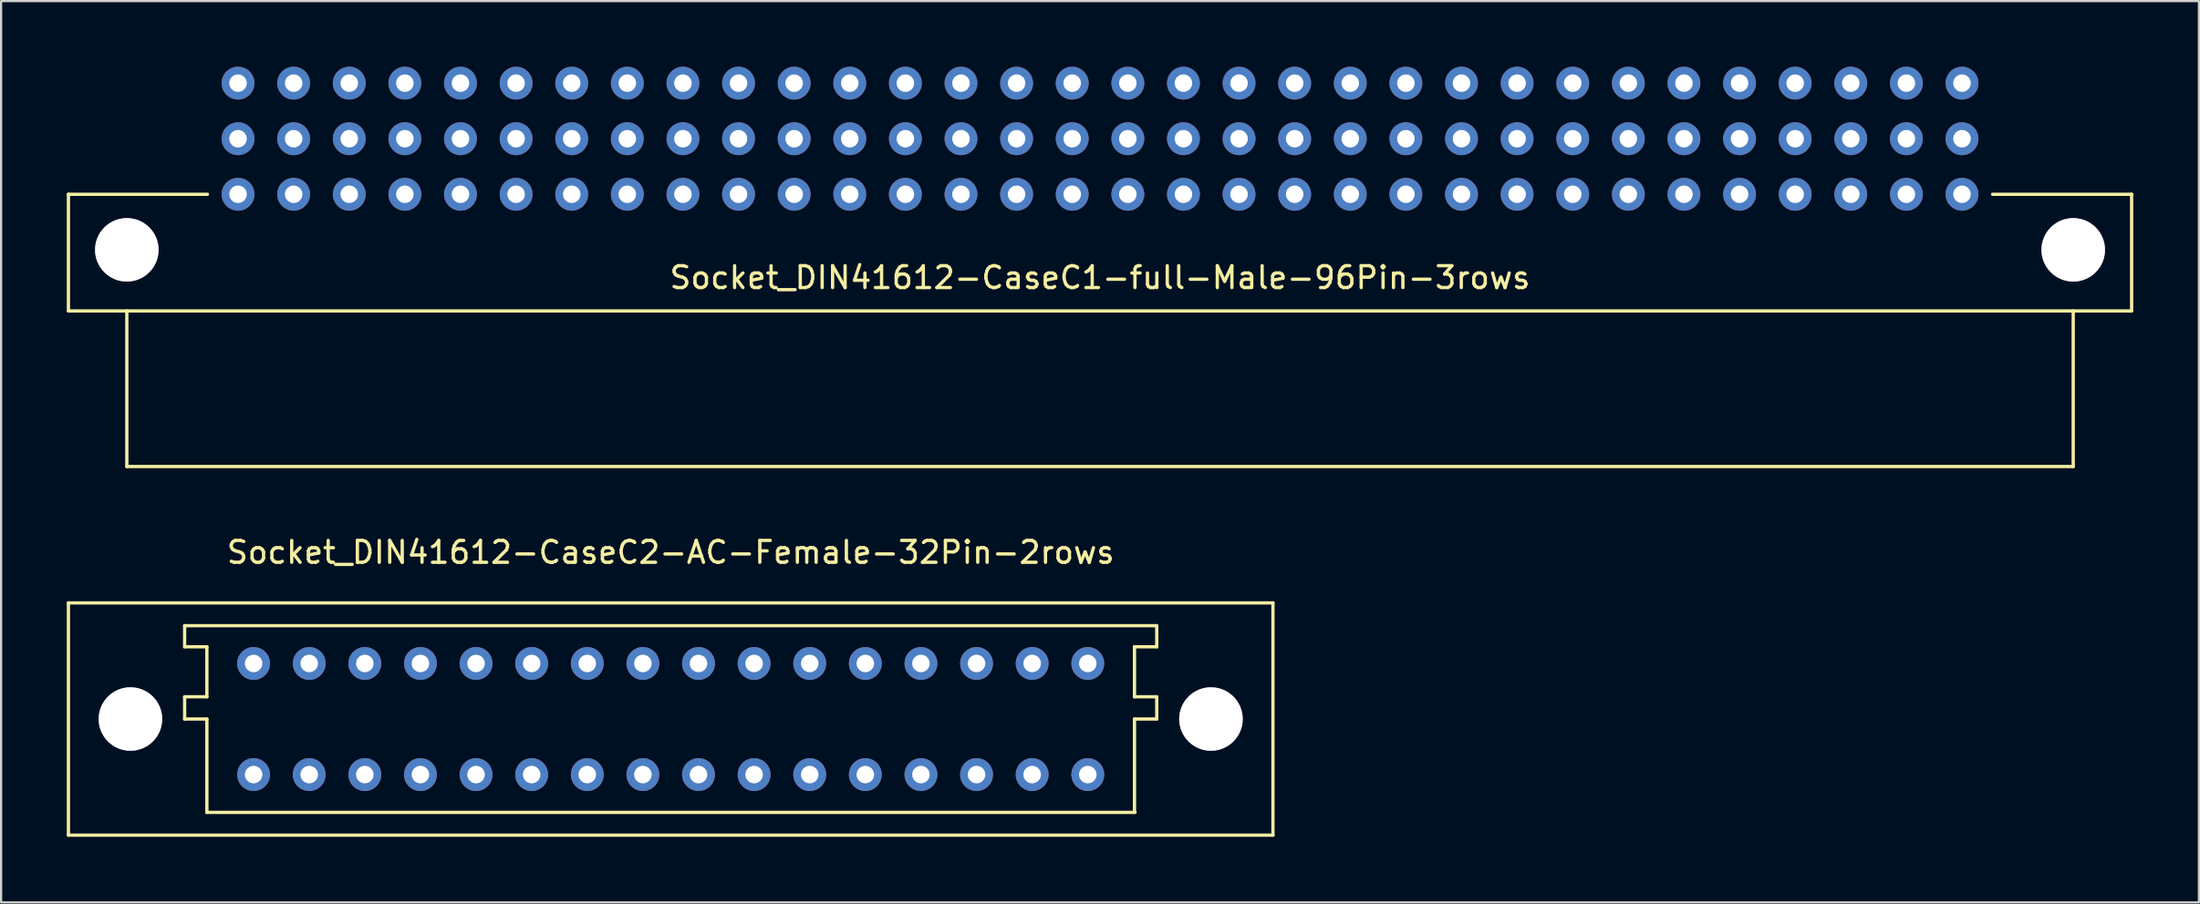
<source format=kicad_pcb>
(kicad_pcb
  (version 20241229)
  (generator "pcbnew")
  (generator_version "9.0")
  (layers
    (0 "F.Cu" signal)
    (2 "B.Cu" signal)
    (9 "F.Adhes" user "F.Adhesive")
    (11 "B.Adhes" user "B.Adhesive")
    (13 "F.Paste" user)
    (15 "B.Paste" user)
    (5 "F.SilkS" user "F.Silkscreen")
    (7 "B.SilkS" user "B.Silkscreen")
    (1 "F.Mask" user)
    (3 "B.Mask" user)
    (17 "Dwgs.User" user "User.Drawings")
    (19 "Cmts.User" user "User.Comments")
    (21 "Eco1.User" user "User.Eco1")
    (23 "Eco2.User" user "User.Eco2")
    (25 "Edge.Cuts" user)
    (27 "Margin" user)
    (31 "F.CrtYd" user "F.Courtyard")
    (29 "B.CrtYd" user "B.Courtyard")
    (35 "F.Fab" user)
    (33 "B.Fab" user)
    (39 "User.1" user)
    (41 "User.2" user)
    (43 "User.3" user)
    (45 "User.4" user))
  (footprint "Socket_DIN41612-CaseC2-AC-Female-32Pin-2rows"
    (layer "F.Cu")
    (at 27.583 29.82)
    (property "Reference" "Socket_DIN41612-CaseC2-AC-Female-32Pin-2rows" (at 0 -7.62 0) (layer "F.SilkS") (effects (font (size 1 1) (thickness 0.15))))
    (attr through_hole)
    (fp_line (start -27.508 -5.309) (end -27.508 5.309) (stroke (width 0.15) (type solid)) (layer "F.SilkS"))
    (fp_line (start -27.508 5.309) (end 27.508 5.309) (stroke (width 0.15) (type solid)) (layer "F.SilkS"))
    (fp_line (start -22.2 -3.302) (end -22.2 -4.267) (stroke (width 0.15) (type solid)) (layer "F.SilkS"))
    (fp_line (start -22.2 -1.016) (end -21.184 -1.016) (stroke (width 0.15) (type solid)) (layer "F.SilkS"))
    (fp_line (start -22.2 0) (end -22.2 -1.016) (stroke (width 0.15) (type solid)) (layer "F.SilkS"))
    (fp_line (start -21.184 -3.302) (end -22.2 -3.302) (stroke (width 0.15) (type solid)) (layer "F.SilkS"))
    (fp_line (start -21.184 -1.016) (end -21.184 -3.302) (stroke (width 0.15) (type solid)) (layer "F.SilkS"))
    (fp_line (start -21.184 0) (end -22.2 0) (stroke (width 0.15) (type solid)) (layer "F.SilkS"))
    (fp_line (start -21.184 4.267) (end -21.184 0) (stroke (width 0.15) (type solid)) (layer "F.SilkS"))
    (fp_line (start 21.184 -3.302) (end 22.2 -3.302) (stroke (width 0.15) (type solid)) (layer "F.SilkS"))
    (fp_line (start 21.184 -1.016) (end 21.184 -3.302) (stroke (width 0.15) (type solid)) (layer "F.SilkS"))
    (fp_line (start 21.184 0) (end 22.2 0) (stroke (width 0.15) (type solid)) (layer "F.SilkS"))
    (fp_line (start 21.184 4.267) (end 21.184 0) (stroke (width 0.15) (type solid)) (layer "F.SilkS"))
    (fp_line (start 21.209 4.267) (end -21.184 4.267) (stroke (width 0.15) (type solid)) (layer "F.SilkS"))
    (fp_line (start 22.2 -4.267) (end -22.2 -4.267) (stroke (width 0.15) (type solid)) (layer "F.SilkS"))
    (fp_line (start 22.2 -3.302) (end 22.2 -4.267) (stroke (width 0.15) (type solid)) (layer "F.SilkS"))
    (fp_line (start 22.2 -1.016) (end 21.184 -1.016) (stroke (width 0.15) (type solid)) (layer "F.SilkS"))
    (fp_line (start 22.2 0) (end 22.2 -1.016) (stroke (width 0.15) (type solid)) (layer "F.SilkS"))
    (fp_line (start 27.508 -5.309) (end -27.508 -5.309) (stroke (width 0.15) (type solid)) (layer "F.SilkS"))
    (fp_line (start 27.508 5.309) (end 27.508 -5.309) (stroke (width 0.15) (type solid)) (layer "F.SilkS"))
    (pad "1" thru_hole circle (at -24.676 0) (size 2.901 2.901) (drill 2.901) (layers "*.Cu" "*.Mask"))
    (pad "1" thru_hole circle (at 24.676 0) (size 2.901 2.901) (drill 2.901) (layers "*.Cu" "*.Mask"))
    (pad "1a" thru_hole circle (at 19.05 -2.54 180) (size 1.501 1.501) (drill 0.8) (layers "*.Cu" "*.Mask"))
    (pad "1c" thru_hole circle (at 19.05 2.54 180) (size 1.501 1.501) (drill 0.8) (layers "*.Cu" "*.Mask"))
    (pad "2a" thru_hole circle (at 16.51 -2.54 180) (size 1.501 1.501) (drill 0.8) (layers "*.Cu" "*.Mask"))
    (pad "2c" thru_hole circle (at 16.51 2.54 180) (size 1.501 1.501) (drill 0.8) (layers "*.Cu" "*.Mask"))
    (pad "3a" thru_hole circle (at 13.97 -2.54 180) (size 1.501 1.501) (drill 0.8) (layers "*.Cu" "*.Mask"))
    (pad "3c" thru_hole circle (at 13.97 2.54 180) (size 1.501 1.501) (drill 0.8) (layers "*.Cu" "*.Mask"))
    (pad "4a" thru_hole circle (at 11.43 -2.54 180) (size 1.501 1.501) (drill 0.8) (layers "*.Cu" "*.Mask"))
    (pad "4c" thru_hole circle (at 11.43 2.54 180) (size 1.501 1.501) (drill 0.8) (layers "*.Cu" "*.Mask"))
    (pad "5a" thru_hole circle (at 8.89 -2.54 180) (size 1.501 1.501) (drill 0.8) (layers "*.Cu" "*.Mask"))
    (pad "5c" thru_hole circle (at 8.89 2.54 180) (size 1.501 1.501) (drill 0.8) (layers "*.Cu" "*.Mask"))
    (pad "6a" thru_hole circle (at 6.35 -2.54 180) (size 1.501 1.501) (drill 0.8) (layers "*.Cu" "*.Mask"))
    (pad "6c" thru_hole circle (at 6.35 2.54 180) (size 1.501 1.501) (drill 0.8) (layers "*.Cu" "*.Mask"))
    (pad "7a" thru_hole circle (at 3.81 -2.54 180) (size 1.501 1.501) (drill 0.8) (layers "*.Cu" "*.Mask"))
    (pad "7c" thru_hole circle (at 3.81 2.54 180) (size 1.501 1.501) (drill 0.8) (layers "*.Cu" "*.Mask"))
    (pad "8a" thru_hole circle (at 1.27 -2.54 180) (size 1.501 1.501) (drill 0.8) (layers "*.Cu" "*.Mask"))
    (pad "8c" thru_hole circle (at 1.27 2.54 180) (size 1.501 1.501) (drill 0.8) (layers "*.Cu" "*.Mask"))
    (pad "9a" thru_hole circle (at -1.27 -2.54 180) (size 1.501 1.501) (drill 0.8) (layers "*.Cu" "*.Mask"))
    (pad "9c" thru_hole circle (at -1.27 2.54 180) (size 1.501 1.501) (drill 0.8) (layers "*.Cu" "*.Mask"))
    (pad "10a" thru_hole circle (at -3.81 -2.54 180) (size 1.501 1.501) (drill 0.8) (layers "*.Cu" "*.Mask"))
    (pad "10c" thru_hole circle (at -3.81 2.54 180) (size 1.501 1.501) (drill 0.8) (layers "*.Cu" "*.Mask"))
    (pad "11a" thru_hole circle (at -6.35 -2.54 180) (size 1.501 1.501) (drill 0.8) (layers "*.Cu" "*.Mask"))
    (pad "11c" thru_hole circle (at -6.35 2.54 180) (size 1.501 1.501) (drill 0.8) (layers "*.Cu" "*.Mask"))
    (pad "12a" thru_hole circle (at -8.89 -2.54 180) (size 1.501 1.501) (drill 0.8) (layers "*.Cu" "*.Mask"))
    (pad "12c" thru_hole circle (at -8.89 2.54 180) (size 1.501 1.501) (drill 0.8) (layers "*.Cu" "*.Mask"))
    (pad "13a" thru_hole circle (at -11.43 -2.54 180) (size 1.501 1.501) (drill 0.8) (layers "*.Cu" "*.Mask"))
    (pad "13c" thru_hole circle (at -11.43 2.54 180) (size 1.501 1.501) (drill 0.8) (layers "*.Cu" "*.Mask"))
    (pad "14a" thru_hole circle (at -13.97 -2.54 180) (size 1.501 1.501) (drill 0.8) (layers "*.Cu" "*.Mask"))
    (pad "14c" thru_hole circle (at -13.97 2.54 180) (size 1.501 1.501) (drill 0.8) (layers "*.Cu" "*.Mask"))
    (pad "15a" thru_hole circle (at -16.51 -2.54 180) (size 1.501 1.501) (drill 0.8) (layers "*.Cu" "*.Mask"))
    (pad "15c" thru_hole circle (at -16.51 2.54 180) (size 1.501 1.501) (drill 0.8) (layers "*.Cu" "*.Mask"))
    (pad "16a" thru_hole circle (at -19.05 -2.54 180) (size 1.501 1.501) (drill 0.8) (layers "*.Cu" "*.Mask"))
    (pad "16c" thru_hole circle (at -19.05 2.54 180) (size 1.501 1.501) (drill 0.8) (layers "*.Cu" "*.Mask")))
  (footprint "Socket_DIN41612-CaseC1-full-Male-96Pin-3rows"
    (layer "F.Cu")
    (at 47.192 3.291)
    (property "Reference" "Socket_DIN41612-CaseC1-full-Male-96Pin-3rows" (at 0 6.35 0) (layer "F.SilkS") (effects (font (size 1 1) (thickness 0.15))))
    (attr through_hole)
    (fp_line (start -47.117 2.54) (end -40.767 2.54) (stroke (width 0.15) (type solid)) (layer "F.SilkS"))
    (fp_line (start -47.117 7.874) (end -47.117 2.54) (stroke (width 0.15) (type solid)) (layer "F.SilkS"))
    (fp_line (start -44.45 14.986) (end -44.45 7.874) (stroke (width 0.15) (type solid)) (layer "F.SilkS"))
    (fp_line (start 44.45 7.874) (end 44.45 14.986) (stroke (width 0.15) (type solid)) (layer "F.SilkS"))
    (fp_line (start 44.45 14.986) (end -44.45 14.986) (stroke (width 0.15) (type solid)) (layer "F.SilkS"))
    (fp_line (start 47.117 2.54) (end 40.767 2.54) (stroke (width 0.15) (type solid)) (layer "F.SilkS"))
    (fp_line (start 47.117 2.54) (end 47.117 7.874) (stroke (width 0.15) (type solid)) (layer "F.SilkS"))
    (fp_line (start 47.117 7.874) (end -47.117 7.874) (stroke (width 0.15) (type solid)) (layer "F.SilkS"))
    (pad "1" thru_hole circle (at -44.45 5.08) (size 2.901 2.901) (drill 2.901) (layers "*.Cu" "*.Mask"))
    (pad "1" thru_hole circle (at 44.45 5.08) (size 2.901 2.901) (drill 2.901) (layers "*.Cu" "*.Mask"))
    (pad "1a" thru_hole circle (at 39.37 -2.54 180) (size 1.501 1.501) (drill 0.8) (layers "*.Cu" "*.Mask"))
    (pad "1b" thru_hole circle (at 39.37 0 180) (size 1.501 1.501) (drill 0.8) (layers "*.Cu" "*.Mask"))
    (pad "1c" thru_hole circle (at 39.37 2.54 180) (size 1.501 1.501) (drill 0.8) (layers "*.Cu" "*.Mask"))
    (pad "2a" thru_hole circle (at 36.83 -2.54 180) (size 1.501 1.501) (drill 0.8) (layers "*.Cu" "*.Mask"))
    (pad "2b" thru_hole circle (at 36.83 0 180) (size 1.501 1.501) (drill 0.8) (layers "*.Cu" "*.Mask"))
    (pad "2c" thru_hole circle (at 36.83 2.54 180) (size 1.501 1.501) (drill 0.8) (layers "*.Cu" "*.Mask"))
    (pad "3a" thru_hole circle (at 34.29 -2.54 180) (size 1.501 1.501) (drill 0.8) (layers "*.Cu" "*.Mask"))
    (pad "3b" thru_hole circle (at 34.29 0 180) (size 1.501 1.501) (drill 0.8) (layers "*.Cu" "*.Mask"))
    (pad "3c" thru_hole circle (at 34.29 2.54 180) (size 1.501 1.501) (drill 0.8) (layers "*.Cu" "*.Mask"))
    (pad "4a" thru_hole circle (at 31.75 -2.54 180) (size 1.501 1.501) (drill 0.8) (layers "*.Cu" "*.Mask"))
    (pad "4b" thru_hole circle (at 31.75 0 180) (size 1.501 1.501) (drill 0.8) (layers "*.Cu" "*.Mask"))
    (pad "4c" thru_hole circle (at 31.75 2.54 180) (size 1.501 1.501) (drill 0.8) (layers "*.Cu" "*.Mask"))
    (pad "5a" thru_hole circle (at 29.21 -2.54 180) (size 1.501 1.501) (drill 0.8) (layers "*.Cu" "*.Mask"))
    (pad "5b" thru_hole circle (at 29.21 0 180) (size 1.501 1.501) (drill 0.8) (layers "*.Cu" "*.Mask"))
    (pad "5c" thru_hole circle (at 29.21 2.54 180) (size 1.501 1.501) (drill 0.8) (layers "*.Cu" "*.Mask"))
    (pad "6a" thru_hole circle (at 26.67 -2.54 180) (size 1.501 1.501) (drill 0.8) (layers "*.Cu" "*.Mask"))
    (pad "6b" thru_hole circle (at 26.67 0 180) (size 1.501 1.501) (drill 0.8) (layers "*.Cu" "*.Mask"))
    (pad "6c" thru_hole circle (at 26.67 2.54 180) (size 1.501 1.501) (drill 0.8) (layers "*.Cu" "*.Mask"))
    (pad "7a" thru_hole circle (at 24.13 -2.54 180) (size 1.501 1.501) (drill 0.8) (layers "*.Cu" "*.Mask"))
    (pad "7b" thru_hole circle (at 24.13 0 180) (size 1.501 1.501) (drill 0.8) (layers "*.Cu" "*.Mask"))
    (pad "7c" thru_hole circle (at 24.13 2.54 180) (size 1.501 1.501) (drill 0.8) (layers "*.Cu" "*.Mask"))
    (pad "8a" thru_hole circle (at 21.59 -2.54 180) (size 1.501 1.501) (drill 0.8) (layers "*.Cu" "*.Mask"))
    (pad "8b" thru_hole circle (at 21.59 0 180) (size 1.501 1.501) (drill 0.8) (layers "*.Cu" "*.Mask"))
    (pad "8c" thru_hole circle (at 21.59 2.54 180) (size 1.501 1.501) (drill 0.8) (layers "*.Cu" "*.Mask"))
    (pad "9a" thru_hole circle (at 19.05 -2.54 180) (size 1.501 1.501) (drill 0.8) (layers "*.Cu" "*.Mask"))
    (pad "9b" thru_hole circle (at 19.05 0 180) (size 1.501 1.501) (drill 0.8) (layers "*.Cu" "*.Mask"))
    (pad "9c" thru_hole circle (at 19.05 2.54 180) (size 1.501 1.501) (drill 0.8) (layers "*.Cu" "*.Mask"))
    (pad "10a" thru_hole circle (at 16.51 -2.54 180) (size 1.501 1.501) (drill 0.8) (layers "*.Cu" "*.Mask"))
    (pad "10b" thru_hole circle (at 16.51 0 180) (size 1.501 1.501) (drill 0.8) (layers "*.Cu" "*.Mask"))
    (pad "10c" thru_hole circle (at 16.51 2.54 180) (size 1.501 1.501) (drill 0.8) (layers "*.Cu" "*.Mask"))
    (pad "11a" thru_hole circle (at 13.97 -2.54 180) (size 1.501 1.501) (drill 0.8) (layers "*.Cu" "*.Mask"))
    (pad "11b" thru_hole circle (at 13.97 0 180) (size 1.501 1.501) (drill 0.8) (layers "*.Cu" "*.Mask"))
    (pad "11c" thru_hole circle (at 13.97 2.54 180) (size 1.501 1.501) (drill 0.8) (layers "*.Cu" "*.Mask"))
    (pad "12a" thru_hole circle (at 11.43 -2.54 180) (size 1.501 1.501) (drill 0.8) (layers "*.Cu" "*.Mask"))
    (pad "12b" thru_hole circle (at 11.43 0 180) (size 1.501 1.501) (drill 0.8) (layers "*.Cu" "*.Mask"))
    (pad "12c" thru_hole circle (at 11.43 2.54 180) (size 1.501 1.501) (drill 0.8) (layers "*.Cu" "*.Mask"))
    (pad "13a" thru_hole circle (at 8.89 -2.54 180) (size 1.501 1.501) (drill 0.8) (layers "*.Cu" "*.Mask"))
    (pad "13b" thru_hole circle (at 8.89 0 180) (size 1.501 1.501) (drill 0.8) (layers "*.Cu" "*.Mask"))
    (pad "13c" thru_hole circle (at 8.89 2.54 180) (size 1.501 1.501) (drill 0.8) (layers "*.Cu" "*.Mask"))
    (pad "14a" thru_hole circle (at 6.35 -2.54 180) (size 1.501 1.501) (drill 0.8) (layers "*.Cu" "*.Mask"))
    (pad "14b" thru_hole circle (at 6.35 0 180) (size 1.501 1.501) (drill 0.8) (layers "*.Cu" "*.Mask"))
    (pad "14c" thru_hole circle (at 6.35 2.54 180) (size 1.501 1.501) (drill 0.8) (layers "*.Cu" "*.Mask"))
    (pad "15a" thru_hole circle (at 3.81 -2.54 180) (size 1.501 1.501) (drill 0.8) (layers "*.Cu" "*.Mask"))
    (pad "15b" thru_hole circle (at 3.81 0 180) (size 1.501 1.501) (drill 0.8) (layers "*.Cu" "*.Mask"))
    (pad "15c" thru_hole circle (at 3.81 2.54 180) (size 1.501 1.501) (drill 0.8) (layers "*.Cu" "*.Mask"))
    (pad "16a" thru_hole circle (at 1.27 -2.54 180) (size 1.501 1.501) (drill 0.8) (layers "*.Cu" "*.Mask"))
    (pad "16b" thru_hole circle (at 1.27 0 180) (size 1.501 1.501) (drill 0.8) (layers "*.Cu" "*.Mask"))
    (pad "16c" thru_hole circle (at 1.27 2.54 180) (size 1.501 1.501) (drill 0.8) (layers "*.Cu" "*.Mask"))
    (pad "17a" thru_hole circle (at -1.27 -2.54 180) (size 1.501 1.501) (drill 0.8) (layers "*.Cu" "*.Mask"))
    (pad "17b" thru_hole circle (at -1.27 0 180) (size 1.501 1.501) (drill 0.8) (layers "*.Cu" "*.Mask"))
    (pad "17c" thru_hole circle (at -1.27 2.54 180) (size 1.501 1.501) (drill 0.8) (layers "*.Cu" "*.Mask"))
    (pad "18a" thru_hole circle (at -3.81 -2.54 180) (size 1.501 1.501) (drill 0.8) (layers "*.Cu" "*.Mask"))
    (pad "18b" thru_hole circle (at -3.81 0 180) (size 1.501 1.501) (drill 0.8) (layers "*.Cu" "*.Mask"))
    (pad "18c" thru_hole circle (at -3.81 2.54 180) (size 1.501 1.501) (drill 0.8) (layers "*.Cu" "*.Mask"))
    (pad "19a" thru_hole circle (at -6.35 -2.54 180) (size 1.501 1.501) (drill 0.8) (layers "*.Cu" "*.Mask"))
    (pad "19b" thru_hole circle (at -6.35 0 180) (size 1.501 1.501) (drill 0.8) (layers "*.Cu" "*.Mask"))
    (pad "19c" thru_hole circle (at -6.35 2.54 180) (size 1.501 1.501) (drill 0.8) (layers "*.Cu" "*.Mask"))
    (pad "20a" thru_hole circle (at -8.89 -2.54 180) (size 1.501 1.501) (drill 0.8) (layers "*.Cu" "*.Mask"))
    (pad "20b" thru_hole circle (at -8.89 0 180) (size 1.501 1.501) (drill 0.8) (layers "*.Cu" "*.Mask"))
    (pad "20c" thru_hole circle (at -8.89 2.54 180) (size 1.501 1.501) (drill 0.8) (layers "*.Cu" "*.Mask"))
    (pad "21a" thru_hole circle (at -11.43 -2.54 180) (size 1.501 1.501) (drill 0.8) (layers "*.Cu" "*.Mask"))
    (pad "21b" thru_hole circle (at -11.43 0 180) (size 1.501 1.501) (drill 0.8) (layers "*.Cu" "*.Mask"))
    (pad "21c" thru_hole circle (at -11.43 2.54 180) (size 1.501 1.501) (drill 0.8) (layers "*.Cu" "*.Mask"))
    (pad "22a" thru_hole circle (at -13.97 -2.54 180) (size 1.501 1.501) (drill 0.8) (layers "*.Cu" "*.Mask"))
    (pad "22b" thru_hole circle (at -13.97 0 180) (size 1.501 1.501) (drill 0.8) (layers "*.Cu" "*.Mask"))
    (pad "22c" thru_hole circle (at -13.97 2.54 180) (size 1.501 1.501) (drill 0.8) (layers "*.Cu" "*.Mask"))
    (pad "23a" thru_hole circle (at -16.51 -2.54 180) (size 1.501 1.501) (drill 0.8) (layers "*.Cu" "*.Mask"))
    (pad "23b" thru_hole circle (at -16.51 0 180) (size 1.501 1.501) (drill 0.8) (layers "*.Cu" "*.Mask"))
    (pad "23c" thru_hole circle (at -16.51 2.54 180) (size 1.501 1.501) (drill 0.8) (layers "*.Cu" "*.Mask"))
    (pad "24" thru_hole circle (at -19.05 -2.54 180) (size 1.501 1.501) (drill 0.8) (layers "*.Cu" "*.Mask"))
    (pad "24b" thru_hole circle (at -19.05 0 180) (size 1.501 1.501) (drill 0.8) (layers "*.Cu" "*.Mask"))
    (pad "24c" thru_hole circle (at -19.05 2.54 180) (size 1.501 1.501) (drill 0.8) (layers "*.Cu" "*.Mask"))
    (pad "25a" thru_hole circle (at -21.59 -2.54 180) (size 1.501 1.501) (drill 0.8) (layers "*.Cu" "*.Mask"))
    (pad "25b" thru_hole circle (at -21.59 0 180) (size 1.501 1.501) (drill 0.8) (layers "*.Cu" "*.Mask"))
    (pad "25c" thru_hole circle (at -21.59 2.54 180) (size 1.501 1.501) (drill 0.8) (layers "*.Cu" "*.Mask"))
    (pad "26a" thru_hole circle (at -24.13 -2.54 180) (size 1.501 1.501) (drill 0.8) (layers "*.Cu" "*.Mask"))
    (pad "26b" thru_hole circle (at -24.13 0 180) (size 1.501 1.501) (drill 0.8) (layers "*.Cu" "*.Mask"))
    (pad "26c" thru_hole circle (at -24.13 2.54 180) (size 1.501 1.501) (drill 0.8) (layers "*.Cu" "*.Mask"))
    (pad "27a" thru_hole circle (at -26.67 -2.54 180) (size 1.501 1.501) (drill 0.8) (layers "*.Cu" "*.Mask"))
    (pad "27b" thru_hole circle (at -26.67 0 180) (size 1.501 1.501) (drill 0.8) (layers "*.Cu" "*.Mask"))
    (pad "27c" thru_hole circle (at -26.67 2.54 180) (size 1.501 1.501) (drill 0.8) (layers "*.Cu" "*.Mask"))
    (pad "28a" thru_hole circle (at -29.21 -2.54 180) (size 1.501 1.501) (drill 0.8) (layers "*.Cu" "*.Mask"))
    (pad "28b" thru_hole circle (at -29.21 0 180) (size 1.501 1.501) (drill 0.8) (layers "*.Cu" "*.Mask"))
    (pad "28c" thru_hole circle (at -29.21 2.54 180) (size 1.501 1.501) (drill 0.8) (layers "*.Cu" "*.Mask"))
    (pad "29a" thru_hole circle (at -31.75 -2.54 180) (size 1.501 1.501) (drill 0.8) (layers "*.Cu" "*.Mask"))
    (pad "29b" thru_hole circle (at -31.75 0 180) (size 1.501 1.501) (drill 0.8) (layers "*.Cu" "*.Mask"))
    (pad "29c" thru_hole circle (at -31.75 2.54 180) (size 1.501 1.501) (drill 0.8) (layers "*.Cu" "*.Mask"))
    (pad "30a" thru_hole circle (at -34.29 -2.54 180) (size 1.501 1.501) (drill 0.8) (layers "*.Cu" "*.Mask"))
    (pad "30b" thru_hole circle (at -34.29 0 180) (size 1.501 1.501) (drill 0.8) (layers "*.Cu" "*.Mask"))
    (pad "30c" thru_hole circle (at -34.29 2.54 180) (size 1.501 1.501) (drill 0.8) (layers "*.Cu" "*.Mask"))
    (pad "31a" thru_hole circle (at -36.83 -2.54 180) (size 1.501 1.501) (drill 0.8) (layers "*.Cu" "*.Mask"))
    (pad "31b" thru_hole circle (at -36.83 0 180) (size 1.501 1.501) (drill 0.8) (layers "*.Cu" "*.Mask"))
    (pad "31c" thru_hole circle (at -36.83 2.54 180) (size 1.501 1.501) (drill 0.8) (layers "*.Cu" "*.Mask"))
    (pad "32a" thru_hole circle (at -39.37 -2.54 180) (size 1.501 1.501) (drill 0.8) (layers "*.Cu" "*.Mask"))
    (pad "32b" thru_hole circle (at -39.37 0 180) (size 1.501 1.501) (drill 0.8) (layers "*.Cu" "*.Mask"))
    (pad "32c" thru_hole circle (at -39.37 2.54 180) (size 1.501 1.501) (drill 0.8) (layers "*.Cu" "*.Mask")))
  (gr_rect
    (start -3 -3)
    (end 97.384 38.203)
    (stroke (width 0.1) (type default))
    (fill no)
    (layer "Edge.Cuts")))
</source>
